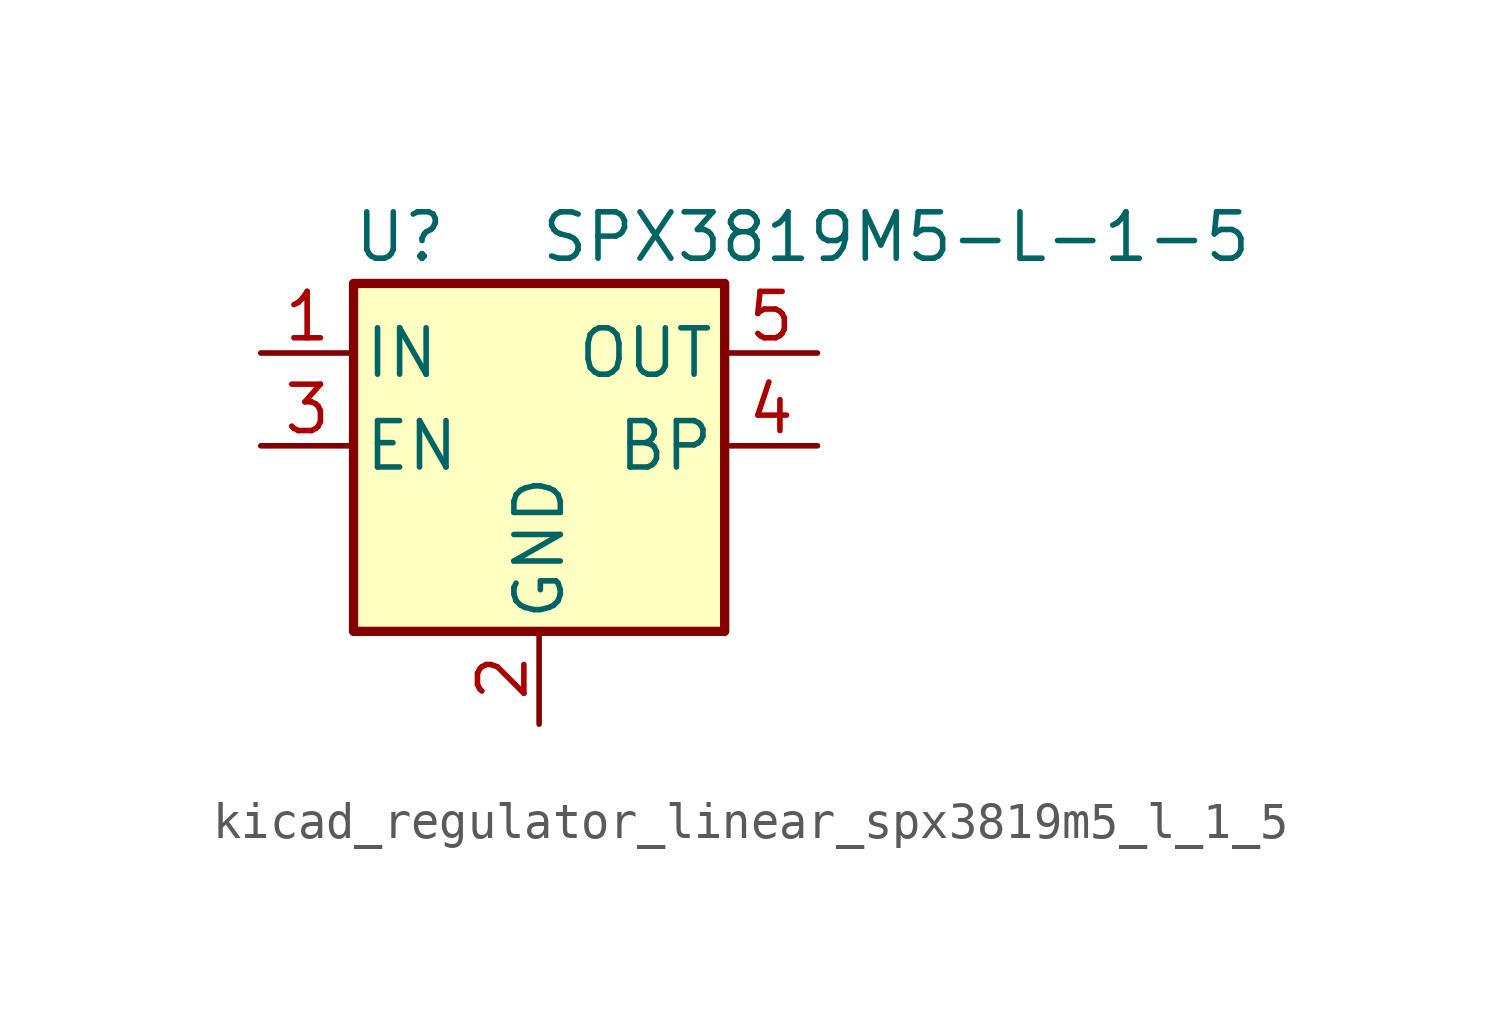
<source format=kicad_sym>
(kicad_symbol_lib
  (version 20220914)
  (generator kicad_symbol_editor)
  (symbol "kicad_regulator_linear_spx3819m5_l_1_5"
    (pin_names
      (offset 0.254))
    (property "Reference" "U"
      (at -3.81 5.715 0)
      (effects (font (size 1.27 1.27))))
    (property "Value" "SPX3819M5-L-1-5"
      (at 0 5.715 0)
      (effects (font (size 1.27 1.27)) (justify left)))
    (symbol "kicad_regulator_linear_spx3819m5_l_1_5_0_1"
      (rectangle (start -5.08 4.445) (end 5.08 -5.08) (stroke (width 0.254) (type default)) (fill (type background))))
    (symbol "kicad_regulator_linear_spx3819m5_l_1_5_1_1"
      (pin power_in line (at -7.62 2.54 0) (length 2.54) (name "IN" (effects (font (size 1.27 1.27)))) (number "1" (effects (font (size 1.27 1.27)))))
      (pin power_in line (at 0 -7.62 90) (length 2.54) (name "GND" (effects (font (size 1.27 1.27)))) (number "2" (effects (font (size 1.27 1.27)))))
      (pin input line (at -7.62 0 0) (length 2.54) (name "EN" (effects (font (size 1.27 1.27)))) (number "3" (effects (font (size 1.27 1.27)))))
      (pin input line (at 7.62 0 180) (length 2.54) (name "BP" (effects (font (size 1.27 1.27)))) (number "4" (effects (font (size 1.27 1.27)))))
      (pin power_out line (at 7.62 2.54 180) (length 2.54) (name "OUT" (effects (font (size 1.27 1.27)))) (number "5" (effects (font (size 1.27 1.27))))))))
</source>
